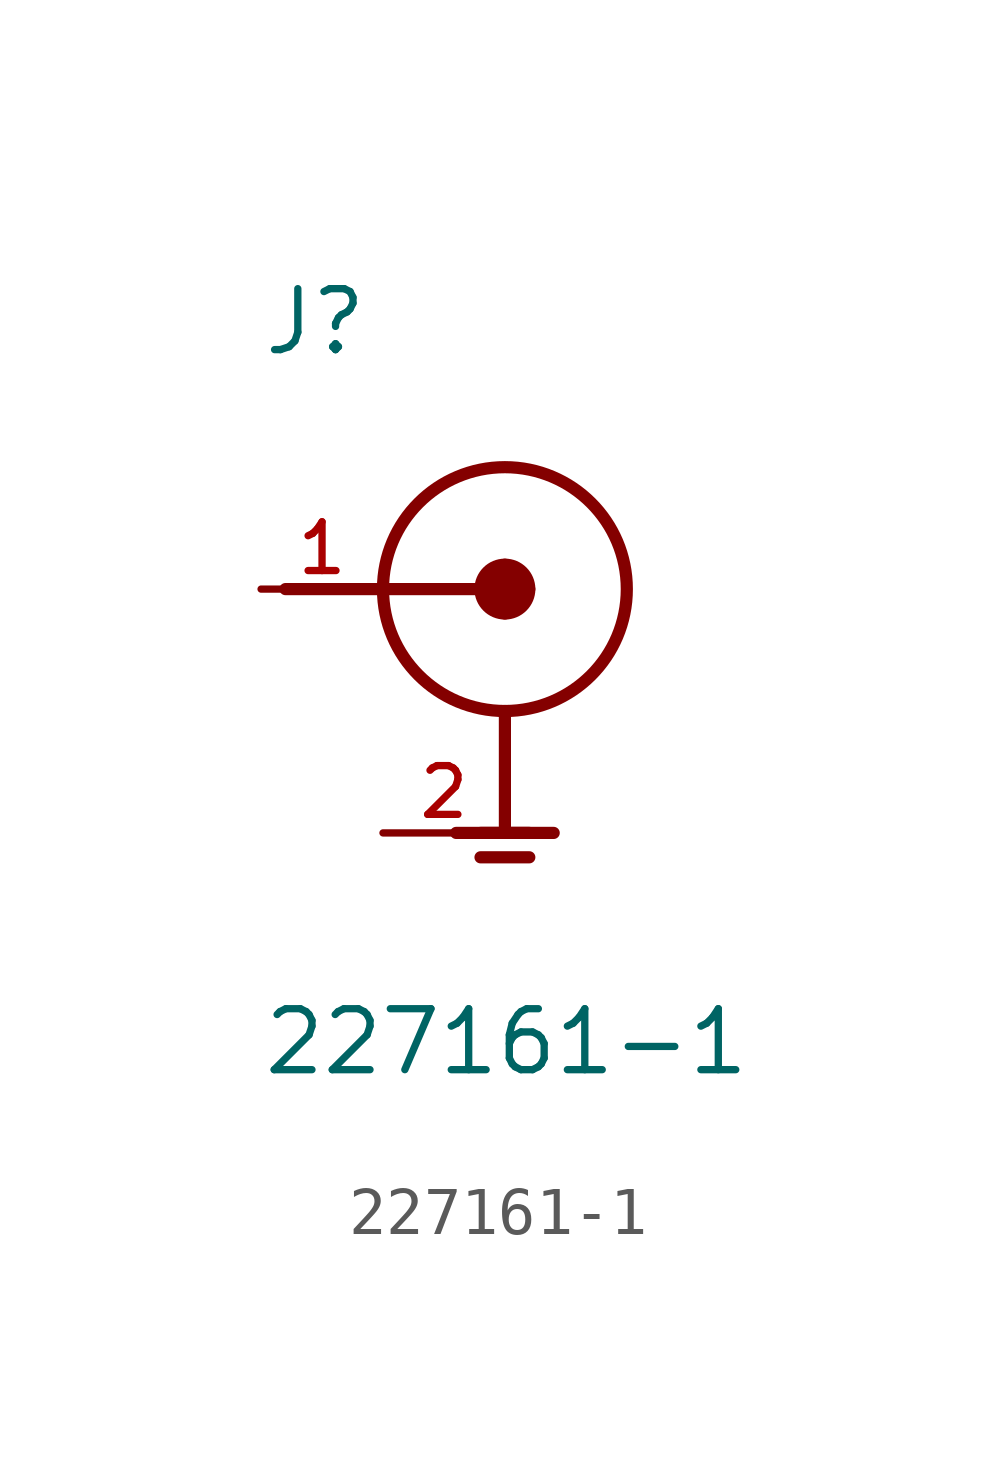
<source format=kicad_sym>
(kicad_symbol_lib
  (version 20211014)
  (generator kicad_symbol_editor)
  (symbol "227161-1"
    (pin_names
      (offset 1.016))
    (property "Reference" "J"
      (at -5.08 4.826 0)
      (effects (font (size 1.27 1.27)) (justify bottom left)))
    (property "Value" "227161-1"
      (at -5.088 -10.176 0)
      (effects (font (size 1.27 1.27)) (justify bottom left)))
    (symbol "227161-1_0_0"
      (circle (center 0.0 0.0) (radius 2.54) (stroke (width 0.254)) (fill (type none)))
      (circle (center 0.0 0.0) (radius 0.508) (stroke (width 0.254)) (fill (type none)))
      (polyline (pts (xy -0.508 0.0) (xy 0.0 0.508) (xy 0.508 0.0) (xy 0.0 -0.508) (xy -0.508 0.0)) (stroke (width 0.254)) (fill (type outline)))
      (polyline (pts (xy 0.0 -2.54) (xy 0.0 -5.08)) (stroke (width 0.254)))
      (polyline (pts (xy 0.0 0.0) (xy -4.572 0.0)) (stroke (width 0.254)))
      (polyline (pts (xy -0.508 -5.08) (xy 0.508 -5.08)) (stroke (width 0.254)))
      (polyline (pts (xy -1.016 -5.08) (xy 1.016 -5.08)) (stroke (width 0.254)))
      (polyline (pts (xy -0.508 -5.588) (xy 0.508 -5.588)) (stroke (width 0.254)))
      (pin passive line (at -5.08 0.0 0) (length 2.54) (name "~" (effects (font (size 1.016 1.016)))) (number "1" (effects (font (size 1.016 1.016)))))
      (pin power_in line (at -2.54 -5.08 0) (length 2.54) (name "~" (effects (font (size 1.016 1.016)))) (number "2" (effects (font (size 1.016 1.016))))))))
</source>
